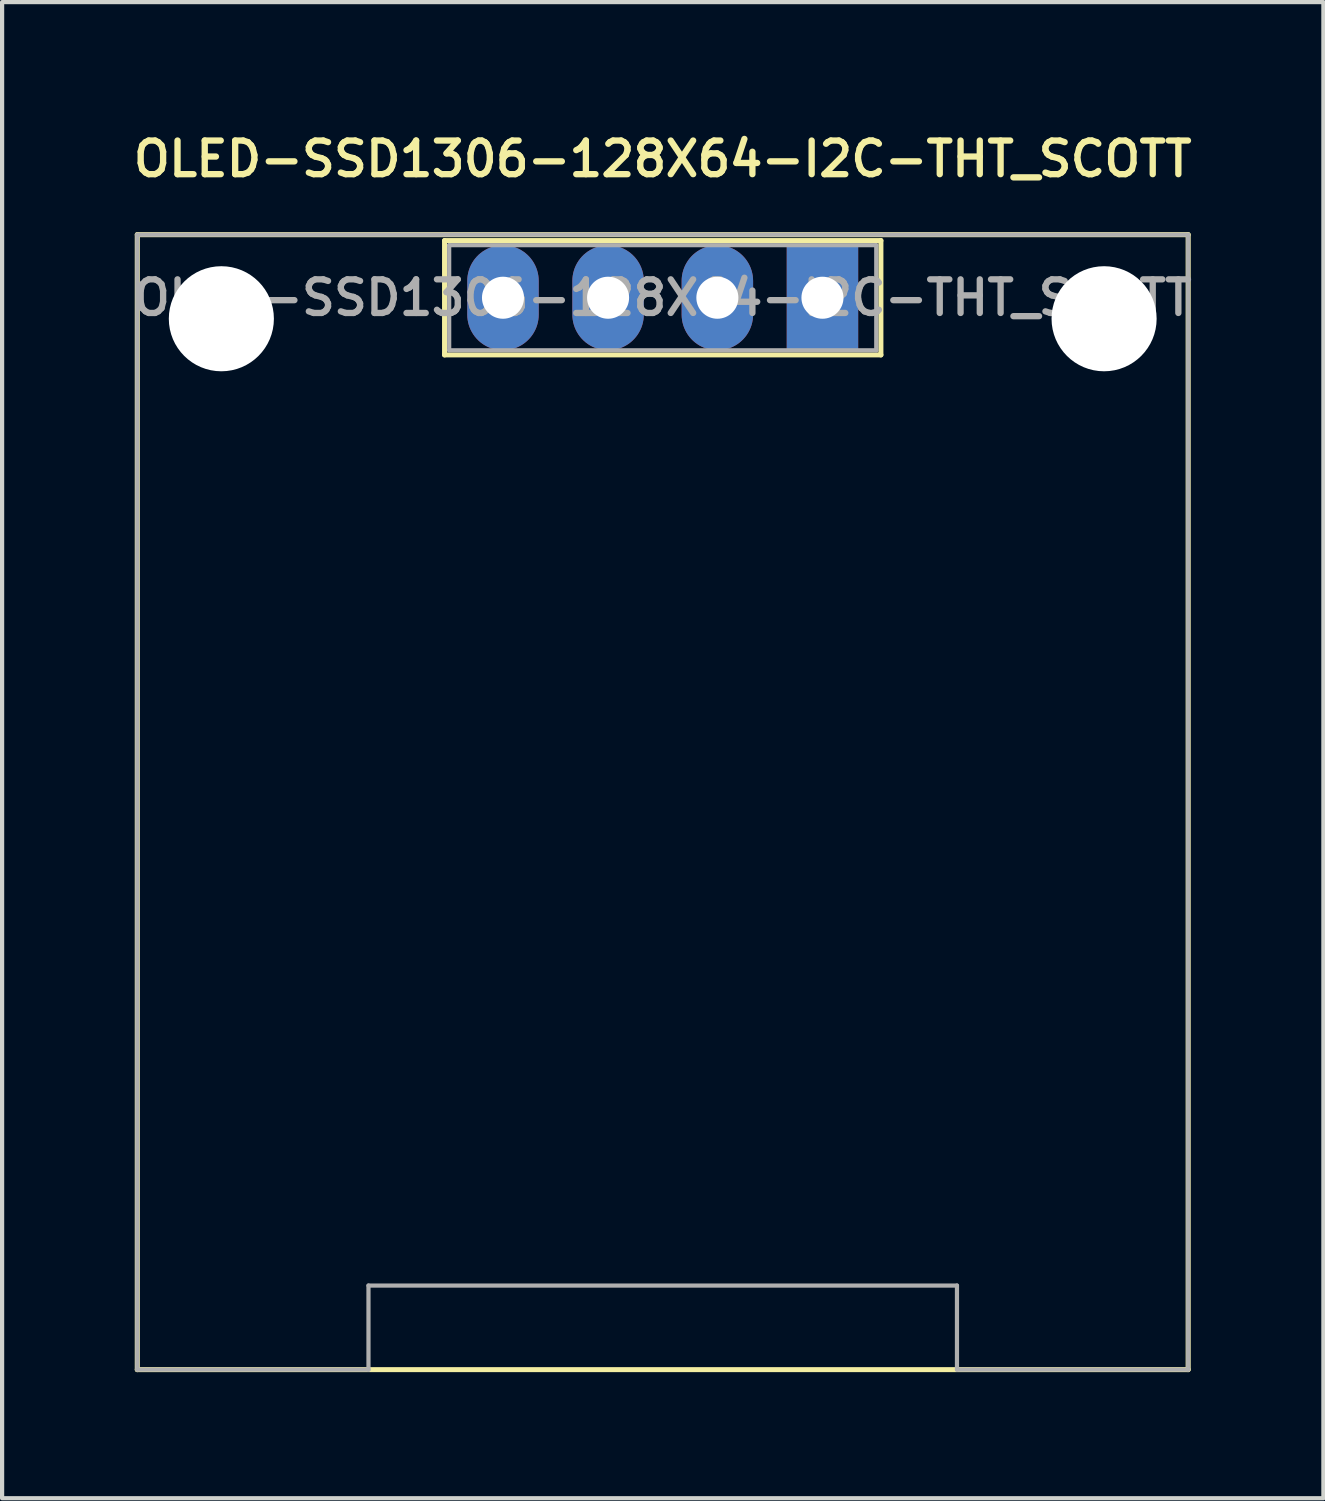
<source format=kicad_pcb>
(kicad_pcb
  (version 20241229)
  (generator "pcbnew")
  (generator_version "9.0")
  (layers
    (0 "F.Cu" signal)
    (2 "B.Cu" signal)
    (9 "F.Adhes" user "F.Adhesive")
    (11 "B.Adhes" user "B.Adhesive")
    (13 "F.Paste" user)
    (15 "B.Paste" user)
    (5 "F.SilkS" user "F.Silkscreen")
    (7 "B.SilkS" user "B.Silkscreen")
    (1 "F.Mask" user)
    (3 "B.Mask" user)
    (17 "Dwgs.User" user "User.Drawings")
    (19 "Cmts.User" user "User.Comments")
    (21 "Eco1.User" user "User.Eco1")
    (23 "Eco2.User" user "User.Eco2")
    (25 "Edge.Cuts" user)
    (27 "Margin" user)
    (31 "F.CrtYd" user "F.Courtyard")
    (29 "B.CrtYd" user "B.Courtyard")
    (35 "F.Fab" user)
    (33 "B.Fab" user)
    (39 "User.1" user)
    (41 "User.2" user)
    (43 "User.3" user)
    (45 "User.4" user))
  (footprint "OLED-SSD1306-128X64-I2C-THT_SCOTT"
    (layer "F.Cu")
    (at 12.716 4.033)
    (property "Reference" "OLED-SSD1306-128X64-I2C-THT_SCOTT" (at 0 -3.302 0) (layer "F.SilkS") (effects (font (size 0.8 0.8) (thickness 0.15))))
    (attr smd)
    (fp_line (start -12.5 -1.5) (end -12.5 25.5) (stroke (width 0.12) (type default)) (layer "F.SilkS"))
    (fp_line (start -12.5 25.5) (end 12.5 25.5) (stroke (width 0.12) (type default)) (layer "F.SilkS"))
    (fp_line (start -5.19 1.36) (end -5.19 -1.36) (stroke (width 0.12) (type solid)) (layer "F.SilkS"))
    (fp_line (start -5.19 1.36) (end 5.19 1.36) (stroke (width 0.12) (type solid)) (layer "F.SilkS"))
    (fp_line (start 5.19 -1.36) (end -5.19 -1.36) (stroke (width 0.12) (type solid)) (layer "F.SilkS"))
    (fp_line (start 5.19 1.36) (end 5.19 -1.36) (stroke (width 0.12) (type solid)) (layer "F.SilkS"))
    (fp_line (start 12.5 -1.5) (end -12.5 -1.5) (stroke (width 0.12) (type default)) (layer "F.SilkS"))
    (fp_line (start 12.5 25.5) (end 12.5 -1.5) (stroke (width 0.12) (type default)) (layer "F.SilkS"))
    (fp_line (start -12.5 -1.5) (end -12.5 25.5) (stroke (width 0.1) (type solid)) (layer "F.Fab"))
    (fp_line (start -12.5 -1.5) (end 12.5 -1.5) (stroke (width 0.1) (type solid)) (layer "F.Fab"))
    (fp_line (start -12.5 25.5) (end -7 25.5) (stroke (width 0.1) (type solid)) (layer "F.Fab"))
    (fp_line (start -7 23.5) (end -7 25.5) (stroke (width 0.1) (type solid)) (layer "F.Fab"))
    (fp_line (start -5.08 1.25) (end -5.08 -1.25) (stroke (width 0.1) (type solid)) (layer "F.Fab"))
    (fp_line (start 5.08 -1.25) (end -5.08 -1.25) (stroke (width 0.1) (type solid)) (layer "F.Fab"))
    (fp_line (start 5.08 1.25) (end -5.08 1.25) (stroke (width 0.1) (type solid)) (layer "F.Fab"))
    (fp_line (start 5.08 1.25) (end 5.08 -1.25) (stroke (width 0.1) (type solid)) (layer "F.Fab"))
    (fp_line (start 7 23.5) (end -7 23.5) (stroke (width 0.1) (type solid)) (layer "F.Fab"))
    (fp_line (start 7 23.5) (end 7 25.5) (stroke (width 0.1) (type solid)) (layer "F.Fab"))
    (fp_line (start 7 25.5) (end 12.5 25.5) (stroke (width 0.1) (type solid)) (layer "F.Fab"))
    (fp_line (start 12.5 -1.5) (end 12.5 25.5) (stroke (width 0.1) (type solid)) (layer "F.Fab"))
    (fp_text user "${REFERENCE}" (at 0 0 0) (layer "F.Fab") (effects (font (size 0.8 0.8) (thickness 0.15))))
    (pad "" np_thru_hole circle (at -10.5 0.5) (size 2.5 2.5) (drill 2.5) (layers "*.Cu" "*.Mask"))
    (pad "" np_thru_hole circle (at 10.5 0.5) (size 2.5 2.5) (drill 2.5) (layers "*.Cu" "*.Mask"))
    (pad "1" thru_hole rect (at 3.8 0) (size 1.7 2.5) (drill 1) (layers "*.Cu" "*.Mask"))
    (pad "2" thru_hole oval (at 1.3 0) (size 1.7 2.5) (drill 1) (layers "*.Cu" "*.Mask"))
    (pad "3" thru_hole oval (at -1.3 0) (size 1.7 2.5) (drill 1) (layers "*.Cu" "*.Mask"))
    (pad "4" thru_hole oval (at -3.8 0) (size 1.7 2.5) (drill 1) (layers "*.Cu" "*.Mask")))
  (gr_rect
    (start -3 -3)
    (end 28.433 32.593)
    (stroke (width 0.1) (type default))
    (fill no)
    (layer "Edge.Cuts")))
</source>
